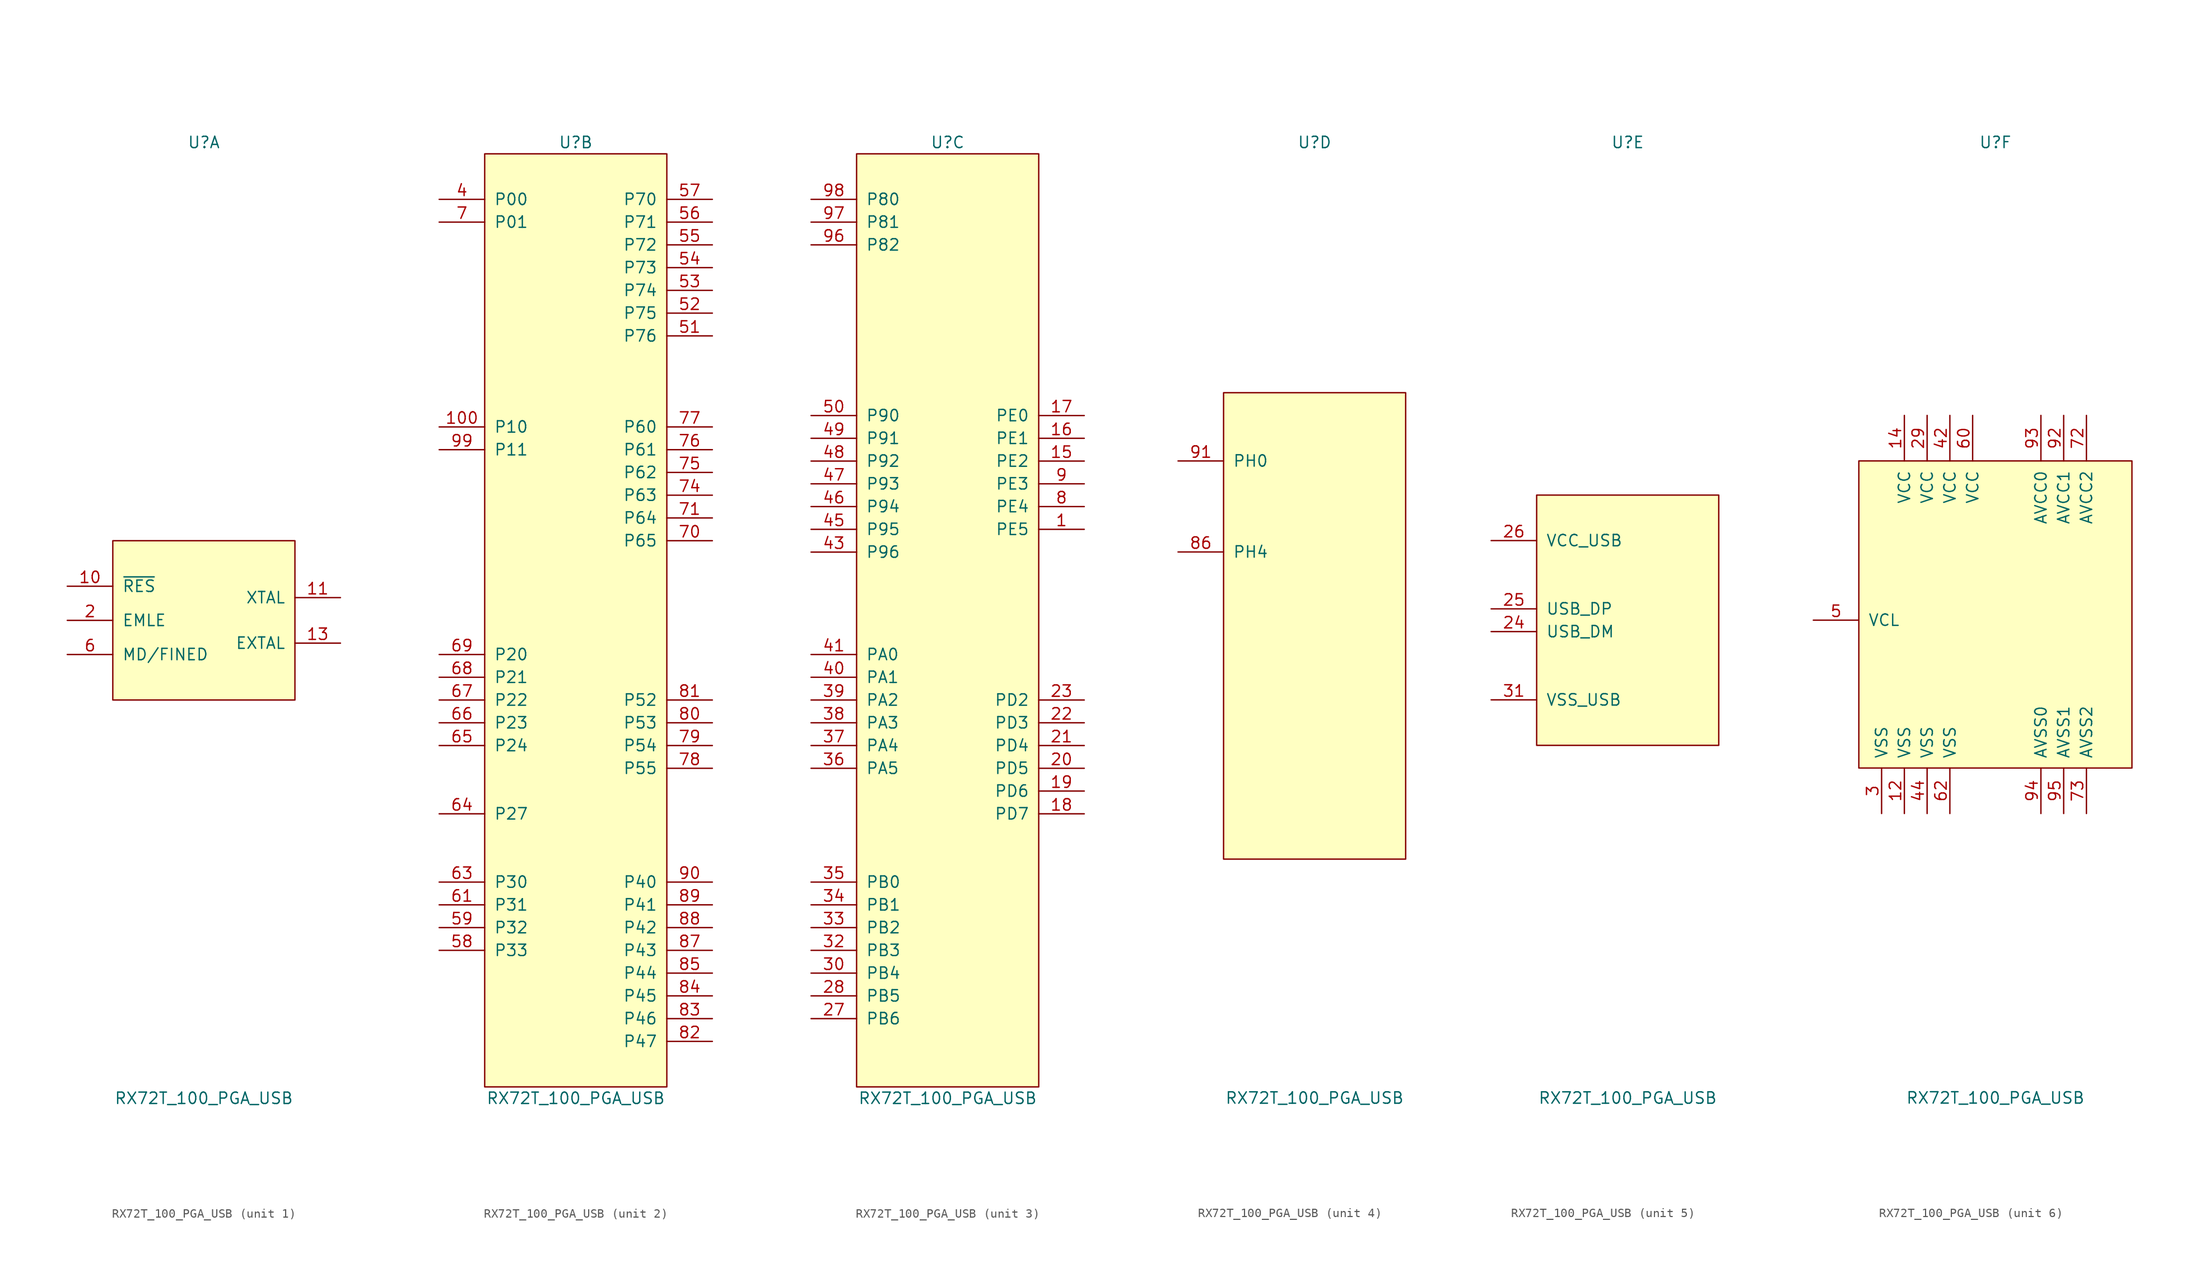
<source format=kicad_sym>
(kicad_symbol_lib
  (version 20211014)
  (generator kicad_symbol_editor)
  (symbol "RX72T_100_PGA_USB"
    (pin_names
      (offset 1.016))
    (property "Reference" "U"
      (at 0 53.34 0)
      (effects (font (size 1.27 1.27))))
    (property "Value" "RX72T_100_PGA_USB"
      (at 0 -53.34 0)
      (effects (font (size 1.27 1.27))))
    (property "ki_locked" ""
      (at 0 0 0)
      (effects (font (size 1.27 1.27))))
    (symbol "RX72T_100_PGA_USB_1_1"
      (rectangle (start -10.16 8.89) (end 10.16 -8.89) (stroke (width 0) (type default) (color 0 0 0 0)) (fill (type background)))
      (pin input line (at -15.24 3.81 0) (length 5.08) (name "~{RES}" (effects (font (size 1.27 1.27)))) (number "10" (effects (font (size 1.27 1.27)))))
      (pin passive line (at 15.24 2.54 180) (length 5.08) (name "XTAL" (effects (font (size 1.27 1.27)))) (number "11" (effects (font (size 1.27 1.27)))))
      (pin passive line (at 15.24 -2.54 180) (length 5.08) (name "EXTAL" (effects (font (size 1.27 1.27)))) (number "13" (effects (font (size 1.27 1.27)))))
      (pin bidirectional line (at -15.24 0 0) (length 5.08) (name "EMLE" (effects (font (size 1.27 1.27)))) (number "2" (effects (font (size 1.27 1.27)))))
      (pin bidirectional line (at -15.24 -3.81 0) (length 5.08) (name "MD/FINED" (effects (font (size 1.27 1.27)))) (number "6" (effects (font (size 1.27 1.27))))))
    (symbol "RX72T_100_PGA_USB_2_1"
      (rectangle (start -10.16 52.07) (end 10.16 -52.07) (stroke (width 0) (type default) (color 0 0 0 0)) (fill (type background)))
      (pin bidirectional line (at -15.24 21.59 0) (length 5.08) (name "P10" (effects (font (size 1.27 1.27)))) (number "100" (effects (font (size 1.27 1.27)))))
      (pin bidirectional line (at -15.24 46.99 0) (length 5.08) (name "P00" (effects (font (size 1.27 1.27)))) (number "4" (effects (font (size 1.27 1.27)))))
      (pin bidirectional line (at 15.24 31.75 180) (length 5.08) (name "P76" (effects (font (size 1.27 1.27)))) (number "51" (effects (font (size 1.27 1.27)))))
      (pin bidirectional line (at 15.24 34.29 180) (length 5.08) (name "P75" (effects (font (size 1.27 1.27)))) (number "52" (effects (font (size 1.27 1.27)))))
      (pin bidirectional line (at 15.24 36.83 180) (length 5.08) (name "P74" (effects (font (size 1.27 1.27)))) (number "53" (effects (font (size 1.27 1.27)))))
      (pin bidirectional line (at 15.24 39.37 180) (length 5.08) (name "P73" (effects (font (size 1.27 1.27)))) (number "54" (effects (font (size 1.27 1.27)))))
      (pin bidirectional line (at 15.24 41.91 180) (length 5.08) (name "P72" (effects (font (size 1.27 1.27)))) (number "55" (effects (font (size 1.27 1.27)))))
      (pin bidirectional line (at 15.24 44.45 180) (length 5.08) (name "P71" (effects (font (size 1.27 1.27)))) (number "56" (effects (font (size 1.27 1.27)))))
      (pin bidirectional line (at 15.24 46.99 180) (length 5.08) (name "P70" (effects (font (size 1.27 1.27)))) (number "57" (effects (font (size 1.27 1.27)))))
      (pin bidirectional line (at -15.24 -36.83 0) (length 5.08) (name "P33" (effects (font (size 1.27 1.27)))) (number "58" (effects (font (size 1.27 1.27)))))
      (pin bidirectional line (at -15.24 -34.29 0) (length 5.08) (name "P32" (effects (font (size 1.27 1.27)))) (number "59" (effects (font (size 1.27 1.27)))))
      (pin bidirectional line (at -15.24 -31.75 0) (length 5.08) (name "P31" (effects (font (size 1.27 1.27)))) (number "61" (effects (font (size 1.27 1.27)))))
      (pin bidirectional line (at -15.24 -29.21 0) (length 5.08) (name "P30" (effects (font (size 1.27 1.27)))) (number "63" (effects (font (size 1.27 1.27)))))
      (pin bidirectional line (at -15.24 -21.59 0) (length 5.08) (name "P27" (effects (font (size 1.27 1.27)))) (number "64" (effects (font (size 1.27 1.27)))))
      (pin bidirectional line (at -15.24 -13.97 0) (length 5.08) (name "P24" (effects (font (size 1.27 1.27)))) (number "65" (effects (font (size 1.27 1.27)))))
      (pin bidirectional line (at -15.24 -11.43 0) (length 5.08) (name "P23" (effects (font (size 1.27 1.27)))) (number "66" (effects (font (size 1.27 1.27)))))
      (pin bidirectional line (at -15.24 -8.89 0) (length 5.08) (name "P22" (effects (font (size 1.27 1.27)))) (number "67" (effects (font (size 1.27 1.27)))))
      (pin bidirectional line (at -15.24 -6.35 0) (length 5.08) (name "P21" (effects (font (size 1.27 1.27)))) (number "68" (effects (font (size 1.27 1.27)))))
      (pin bidirectional line (at -15.24 -3.81 0) (length 5.08) (name "P20" (effects (font (size 1.27 1.27)))) (number "69" (effects (font (size 1.27 1.27)))))
      (pin bidirectional line (at -15.24 44.45 0) (length 5.08) (name "P01" (effects (font (size 1.27 1.27)))) (number "7" (effects (font (size 1.27 1.27)))))
      (pin bidirectional line (at 15.24 8.89 180) (length 5.08) (name "P65" (effects (font (size 1.27 1.27)))) (number "70" (effects (font (size 1.27 1.27)))))
      (pin bidirectional line (at 15.24 11.43 180) (length 5.08) (name "P64" (effects (font (size 1.27 1.27)))) (number "71" (effects (font (size 1.27 1.27)))))
      (pin bidirectional line (at 15.24 13.97 180) (length 5.08) (name "P63" (effects (font (size 1.27 1.27)))) (number "74" (effects (font (size 1.27 1.27)))))
      (pin bidirectional line (at 15.24 16.51 180) (length 5.08) (name "P62" (effects (font (size 1.27 1.27)))) (number "75" (effects (font (size 1.27 1.27)))))
      (pin bidirectional line (at 15.24 19.05 180) (length 5.08) (name "P61" (effects (font (size 1.27 1.27)))) (number "76" (effects (font (size 1.27 1.27)))))
      (pin bidirectional line (at 15.24 21.59 180) (length 5.08) (name "P60" (effects (font (size 1.27 1.27)))) (number "77" (effects (font (size 1.27 1.27)))))
      (pin bidirectional line (at 15.24 -16.51 180) (length 5.08) (name "P55" (effects (font (size 1.27 1.27)))) (number "78" (effects (font (size 1.27 1.27)))))
      (pin bidirectional line (at 15.24 -13.97 180) (length 5.08) (name "P54" (effects (font (size 1.27 1.27)))) (number "79" (effects (font (size 1.27 1.27)))))
      (pin bidirectional line (at 15.24 -11.43 180) (length 5.08) (name "P53" (effects (font (size 1.27 1.27)))) (number "80" (effects (font (size 1.27 1.27)))))
      (pin bidirectional line (at 15.24 -8.89 180) (length 5.08) (name "P52" (effects (font (size 1.27 1.27)))) (number "81" (effects (font (size 1.27 1.27)))))
      (pin bidirectional line (at 15.24 -46.99 180) (length 5.08) (name "P47" (effects (font (size 1.27 1.27)))) (number "82" (effects (font (size 1.27 1.27)))))
      (pin bidirectional line (at 15.24 -44.45 180) (length 5.08) (name "P46" (effects (font (size 1.27 1.27)))) (number "83" (effects (font (size 1.27 1.27)))))
      (pin bidirectional line (at 15.24 -41.91 180) (length 5.08) (name "P45" (effects (font (size 1.27 1.27)))) (number "84" (effects (font (size 1.27 1.27)))))
      (pin bidirectional line (at 15.24 -39.37 180) (length 5.08) (name "P44" (effects (font (size 1.27 1.27)))) (number "85" (effects (font (size 1.27 1.27)))))
      (pin bidirectional line (at 15.24 -36.83 180) (length 5.08) (name "P43" (effects (font (size 1.27 1.27)))) (number "87" (effects (font (size 1.27 1.27)))))
      (pin bidirectional line (at 15.24 -34.29 180) (length 5.08) (name "P42" (effects (font (size 1.27 1.27)))) (number "88" (effects (font (size 1.27 1.27)))))
      (pin bidirectional line (at 15.24 -31.75 180) (length 5.08) (name "P41" (effects (font (size 1.27 1.27)))) (number "89" (effects (font (size 1.27 1.27)))))
      (pin bidirectional line (at 15.24 -29.21 180) (length 5.08) (name "P40" (effects (font (size 1.27 1.27)))) (number "90" (effects (font (size 1.27 1.27)))))
      (pin bidirectional line (at -15.24 19.05 0) (length 5.08) (name "P11" (effects (font (size 1.27 1.27)))) (number "99" (effects (font (size 1.27 1.27))))))
    (symbol "RX72T_100_PGA_USB_3_1"
      (rectangle (start -10.16 52.07) (end 10.16 -52.07) (stroke (width 0) (type default) (color 0 0 0 0)) (fill (type background)))
      (pin bidirectional line (at 15.24 10.16 180) (length 5.08) (name "PE5" (effects (font (size 1.27 1.27)))) (number "1" (effects (font (size 1.27 1.27)))))
      (pin bidirectional line (at 15.24 17.78 180) (length 5.08) (name "PE2" (effects (font (size 1.27 1.27)))) (number "15" (effects (font (size 1.27 1.27)))))
      (pin bidirectional line (at 15.24 20.32 180) (length 5.08) (name "PE1" (effects (font (size 1.27 1.27)))) (number "16" (effects (font (size 1.27 1.27)))))
      (pin bidirectional line (at 15.24 22.86 180) (length 5.08) (name "PE0" (effects (font (size 1.27 1.27)))) (number "17" (effects (font (size 1.27 1.27)))))
      (pin bidirectional line (at 15.24 -21.59 180) (length 5.08) (name "PD7" (effects (font (size 1.27 1.27)))) (number "18" (effects (font (size 1.27 1.27)))))
      (pin bidirectional line (at 15.24 -19.05 180) (length 5.08) (name "PD6" (effects (font (size 1.27 1.27)))) (number "19" (effects (font (size 1.27 1.27)))))
      (pin bidirectional line (at 15.24 -16.51 180) (length 5.08) (name "PD5" (effects (font (size 1.27 1.27)))) (number "20" (effects (font (size 1.27 1.27)))))
      (pin bidirectional line (at 15.24 -13.97 180) (length 5.08) (name "PD4" (effects (font (size 1.27 1.27)))) (number "21" (effects (font (size 1.27 1.27)))))
      (pin bidirectional line (at 15.24 -11.43 180) (length 5.08) (name "PD3" (effects (font (size 1.27 1.27)))) (number "22" (effects (font (size 1.27 1.27)))))
      (pin bidirectional line (at 15.24 -8.89 180) (length 5.08) (name "PD2" (effects (font (size 1.27 1.27)))) (number "23" (effects (font (size 1.27 1.27)))))
      (pin bidirectional line (at -15.24 -44.45 0) (length 5.08) (name "PB6" (effects (font (size 1.27 1.27)))) (number "27" (effects (font (size 1.27 1.27)))))
      (pin bidirectional line (at -15.24 -41.91 0) (length 5.08) (name "PB5" (effects (font (size 1.27 1.27)))) (number "28" (effects (font (size 1.27 1.27)))))
      (pin bidirectional line (at -15.24 -39.37 0) (length 5.08) (name "PB4" (effects (font (size 1.27 1.27)))) (number "30" (effects (font (size 1.27 1.27)))))
      (pin bidirectional line (at -15.24 -36.83 0) (length 5.08) (name "PB3" (effects (font (size 1.27 1.27)))) (number "32" (effects (font (size 1.27 1.27)))))
      (pin bidirectional line (at -15.24 -34.29 0) (length 5.08) (name "PB2" (effects (font (size 1.27 1.27)))) (number "33" (effects (font (size 1.27 1.27)))))
      (pin bidirectional line (at -15.24 -31.75 0) (length 5.08) (name "PB1" (effects (font (size 1.27 1.27)))) (number "34" (effects (font (size 1.27 1.27)))))
      (pin bidirectional line (at -15.24 -29.21 0) (length 5.08) (name "PB0" (effects (font (size 1.27 1.27)))) (number "35" (effects (font (size 1.27 1.27)))))
      (pin bidirectional line (at -15.24 -16.51 0) (length 5.08) (name "PA5" (effects (font (size 1.27 1.27)))) (number "36" (effects (font (size 1.27 1.27)))))
      (pin bidirectional line (at -15.24 -13.97 0) (length 5.08) (name "PA4" (effects (font (size 1.27 1.27)))) (number "37" (effects (font (size 1.27 1.27)))))
      (pin bidirectional line (at -15.24 -11.43 0) (length 5.08) (name "PA3" (effects (font (size 1.27 1.27)))) (number "38" (effects (font (size 1.27 1.27)))))
      (pin bidirectional line (at -15.24 -8.89 0) (length 5.08) (name "PA2" (effects (font (size 1.27 1.27)))) (number "39" (effects (font (size 1.27 1.27)))))
      (pin bidirectional line (at -15.24 -6.35 0) (length 5.08) (name "PA1" (effects (font (size 1.27 1.27)))) (number "40" (effects (font (size 1.27 1.27)))))
      (pin bidirectional line (at -15.24 -3.81 0) (length 5.08) (name "PA0" (effects (font (size 1.27 1.27)))) (number "41" (effects (font (size 1.27 1.27)))))
      (pin bidirectional line (at -15.24 7.62 0) (length 5.08) (name "P96" (effects (font (size 1.27 1.27)))) (number "43" (effects (font (size 1.27 1.27)))))
      (pin bidirectional line (at -15.24 10.16 0) (length 5.08) (name "P95" (effects (font (size 1.27 1.27)))) (number "45" (effects (font (size 1.27 1.27)))))
      (pin bidirectional line (at -15.24 12.7 0) (length 5.08) (name "P94" (effects (font (size 1.27 1.27)))) (number "46" (effects (font (size 1.27 1.27)))))
      (pin bidirectional line (at -15.24 15.24 0) (length 5.08) (name "P93" (effects (font (size 1.27 1.27)))) (number "47" (effects (font (size 1.27 1.27)))))
      (pin bidirectional line (at -15.24 17.78 0) (length 5.08) (name "P92" (effects (font (size 1.27 1.27)))) (number "48" (effects (font (size 1.27 1.27)))))
      (pin bidirectional line (at -15.24 20.32 0) (length 5.08) (name "P91" (effects (font (size 1.27 1.27)))) (number "49" (effects (font (size 1.27 1.27)))))
      (pin bidirectional line (at -15.24 22.86 0) (length 5.08) (name "P90" (effects (font (size 1.27 1.27)))) (number "50" (effects (font (size 1.27 1.27)))))
      (pin bidirectional line (at 15.24 12.7 180) (length 5.08) (name "PE4" (effects (font (size 1.27 1.27)))) (number "8" (effects (font (size 1.27 1.27)))))
      (pin bidirectional line (at 15.24 15.24 180) (length 5.08) (name "PE3" (effects (font (size 1.27 1.27)))) (number "9" (effects (font (size 1.27 1.27)))))
      (pin bidirectional line (at -15.24 41.91 0) (length 5.08) (name "P82" (effects (font (size 1.27 1.27)))) (number "96" (effects (font (size 1.27 1.27)))))
      (pin bidirectional line (at -15.24 44.45 0) (length 5.08) (name "P81" (effects (font (size 1.27 1.27)))) (number "97" (effects (font (size 1.27 1.27)))))
      (pin bidirectional line (at -15.24 46.99 0) (length 5.08) (name "P80" (effects (font (size 1.27 1.27)))) (number "98" (effects (font (size 1.27 1.27))))))
    (symbol "RX72T_100_PGA_USB_4_1"
      (rectangle (start -10.16 25.4) (end 10.16 -26.67) (stroke (width 0) (type default) (color 0 0 0 0)) (fill (type background)))
      (pin input line (at -15.24 7.62 0) (length 5.08) (name "PH4" (effects (font (size 1.27 1.27)))) (number "86" (effects (font (size 1.27 1.27)))))
      (pin input line (at -15.24 17.78 0) (length 5.08) (name "PH0" (effects (font (size 1.27 1.27)))) (number "91" (effects (font (size 1.27 1.27))))))
    (symbol "RX72T_100_PGA_USB_5_1"
      (rectangle (start -10.16 13.97) (end 10.16 -13.97) (stroke (width 0) (type default) (color 0 0 0 0)) (fill (type background)))
      (pin bidirectional line (at -15.24 -1.27 0) (length 5.08) (name "USB_DM" (effects (font (size 1.27 1.27)))) (number "24" (effects (font (size 1.27 1.27)))))
      (pin bidirectional line (at -15.24 1.27 0) (length 5.08) (name "USB_DP" (effects (font (size 1.27 1.27)))) (number "25" (effects (font (size 1.27 1.27)))))
      (pin bidirectional line (at -15.24 8.89 0) (length 5.08) (name "VCC_USB" (effects (font (size 1.27 1.27)))) (number "26" (effects (font (size 1.27 1.27)))))
      (pin bidirectional line (at -15.24 -8.89 0) (length 5.08) (name "VSS_USB" (effects (font (size 1.27 1.27)))) (number "31" (effects (font (size 1.27 1.27))))))
    (symbol "RX72T_100_PGA_USB_6_1"
      (rectangle (start -15.24 17.78) (end 15.24 -16.51) (stroke (width 0) (type default) (color 0 0 0 0)) (fill (type background)))
      (pin power_in line (at -10.16 -21.59 90) (length 5.08) (name "VSS" (effects (font (size 1.27 1.27)))) (number "12" (effects (font (size 1.27 1.27)))))
      (pin power_in line (at -10.16 22.86 270) (length 5.08) (name "VCC" (effects (font (size 1.27 1.27)))) (number "14" (effects (font (size 1.27 1.27)))))
      (pin power_in line (at -7.62 22.86 270) (length 5.08) (name "VCC" (effects (font (size 1.27 1.27)))) (number "29" (effects (font (size 1.27 1.27)))))
      (pin power_in line (at -12.7 -21.59 90) (length 5.08) (name "VSS" (effects (font (size 1.27 1.27)))) (number "3" (effects (font (size 1.27 1.27)))))
      (pin power_in line (at -5.08 22.86 270) (length 5.08) (name "VCC" (effects (font (size 1.27 1.27)))) (number "42" (effects (font (size 1.27 1.27)))))
      (pin power_in line (at -7.62 -21.59 90) (length 5.08) (name "VSS" (effects (font (size 1.27 1.27)))) (number "44" (effects (font (size 1.27 1.27)))))
      (pin input line (at -20.32 0 0) (length 5.08) (name "VCL" (effects (font (size 1.27 1.27)))) (number "5" (effects (font (size 1.27 1.27)))))
      (pin power_in line (at -2.54 22.86 270) (length 5.08) (name "VCC" (effects (font (size 1.27 1.27)))) (number "60" (effects (font (size 1.27 1.27)))))
      (pin power_in line (at -5.08 -21.59 90) (length 5.08) (name "VSS" (effects (font (size 1.27 1.27)))) (number "62" (effects (font (size 1.27 1.27)))))
      (pin input line (at 10.16 22.86 270) (length 5.08) (name "AVCC2" (effects (font (size 1.27 1.27)))) (number "72" (effects (font (size 1.27 1.27)))))
      (pin input line (at 10.16 -21.59 90) (length 5.08) (name "AVSS2" (effects (font (size 1.27 1.27)))) (number "73" (effects (font (size 1.27 1.27)))))
      (pin input line (at 7.62 22.86 270) (length 5.08) (name "AVCC1" (effects (font (size 1.27 1.27)))) (number "92" (effects (font (size 1.27 1.27)))))
      (pin input line (at 5.08 22.86 270) (length 5.08) (name "AVCC0" (effects (font (size 1.27 1.27)))) (number "93" (effects (font (size 1.27 1.27)))))
      (pin input line (at 5.08 -21.59 90) (length 5.08) (name "AVSS0" (effects (font (size 1.27 1.27)))) (number "94" (effects (font (size 1.27 1.27)))))
      (pin input line (at 7.62 -21.59 90) (length 5.08) (name "AVSS1" (effects (font (size 1.27 1.27)))) (number "95" (effects (font (size 1.27 1.27))))))))
</source>
